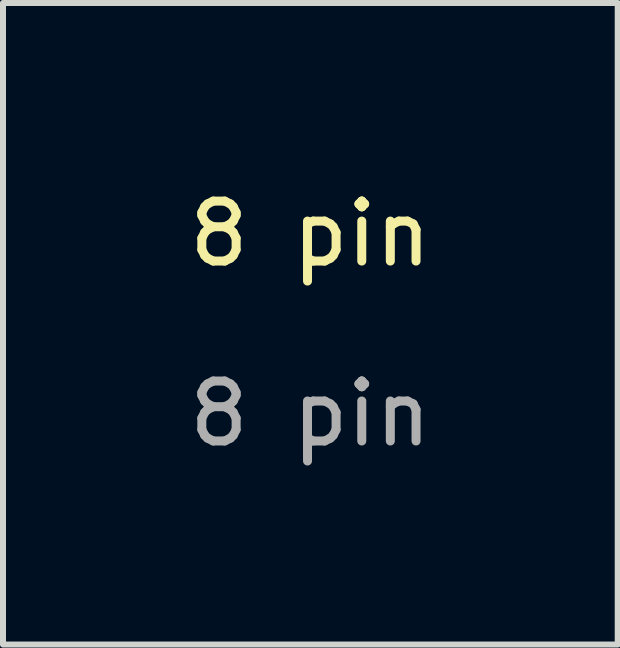
<source format=kicad_pcb>
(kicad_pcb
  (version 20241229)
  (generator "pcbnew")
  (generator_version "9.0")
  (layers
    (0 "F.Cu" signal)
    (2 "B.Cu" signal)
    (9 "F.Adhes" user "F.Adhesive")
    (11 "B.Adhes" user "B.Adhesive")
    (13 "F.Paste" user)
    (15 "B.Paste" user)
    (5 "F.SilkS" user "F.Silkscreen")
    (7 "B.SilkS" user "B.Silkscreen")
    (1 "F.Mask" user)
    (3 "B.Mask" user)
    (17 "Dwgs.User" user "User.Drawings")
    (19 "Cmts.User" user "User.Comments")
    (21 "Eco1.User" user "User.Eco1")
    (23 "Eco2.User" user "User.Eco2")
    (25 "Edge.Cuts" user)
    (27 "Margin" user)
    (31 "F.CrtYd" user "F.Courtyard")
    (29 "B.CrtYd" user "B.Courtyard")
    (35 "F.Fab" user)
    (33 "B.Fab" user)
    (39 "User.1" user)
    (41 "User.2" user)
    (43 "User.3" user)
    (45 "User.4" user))
  (footprint "8 pin"
    (layer "F.Cu")
    (at 2.125 1.348)
    (property "Reference" "8 pin" (at 0 -0.5 0) (unlocked yes) (layer "F.SilkS") (effects (font (size 1 1) (thickness 0.15))))
    (attr smd)
    (fp_text user "${REFERENCE}" (at 0 2.5 0) (unlocked yes) (layer "F.Fab") (effects (font (size 1 1) (thickness 0.15)))))
  (gr_rect
    (start -3 -3)
    (end 7.25 7.697)
    (stroke (width 0.1) (type default))
    (fill no)
    (layer "Edge.Cuts")))
</source>
